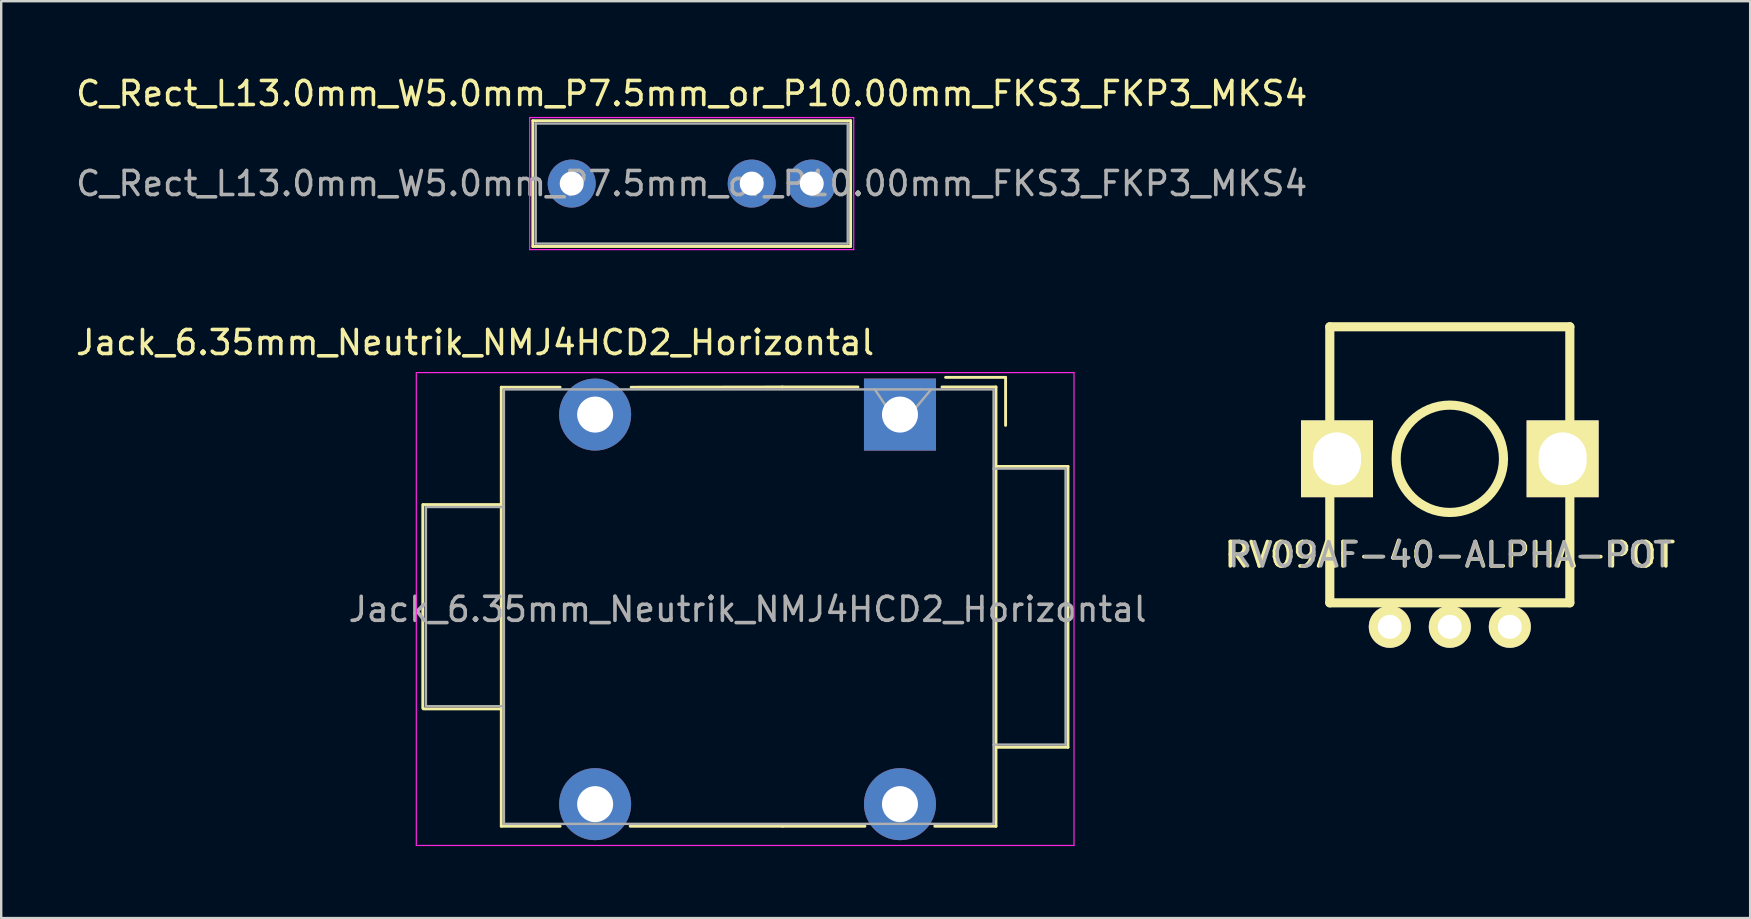
<source format=kicad_pcb>
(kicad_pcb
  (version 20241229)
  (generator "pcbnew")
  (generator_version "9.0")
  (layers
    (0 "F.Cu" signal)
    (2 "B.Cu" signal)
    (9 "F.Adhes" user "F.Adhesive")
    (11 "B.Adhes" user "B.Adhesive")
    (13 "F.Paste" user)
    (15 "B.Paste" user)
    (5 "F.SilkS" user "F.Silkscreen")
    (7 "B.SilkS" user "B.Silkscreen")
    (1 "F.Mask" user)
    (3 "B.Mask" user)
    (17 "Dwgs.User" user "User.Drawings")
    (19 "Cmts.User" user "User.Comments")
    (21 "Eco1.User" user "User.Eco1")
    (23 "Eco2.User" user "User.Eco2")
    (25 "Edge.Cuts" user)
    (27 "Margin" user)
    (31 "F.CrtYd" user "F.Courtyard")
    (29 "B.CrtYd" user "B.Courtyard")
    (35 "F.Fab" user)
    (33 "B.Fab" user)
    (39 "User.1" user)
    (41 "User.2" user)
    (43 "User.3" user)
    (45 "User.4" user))
  (footprint "RV09AF-40-ALPHA-POT"
    (layer "F.Cu")
    (at 57.351 16.064)
    (property "Reference" "RV09AF-40-ALPHA-POT" (at 0 4 0) (layer "F.SilkS") (effects (font (size 1.016 1.016) (thickness 0.152))))
    (attr through_hole)
    (fp_line (start -5 -5.5) (end 5 -5.5) (stroke (width 0.381) (type solid)) (layer "F.SilkS"))
    (fp_line (start -5 0) (end -5 -5.5) (stroke (width 0.381) (type solid)) (layer "F.SilkS"))
    (fp_line (start -5 6) (end -5 0) (stroke (width 0.381) (type solid)) (layer "F.SilkS"))
    (fp_line (start 5 -5.5) (end 5 6) (stroke (width 0.381) (type solid)) (layer "F.SilkS"))
    (fp_line (start 5 6) (end -5 6) (stroke (width 0.381) (type solid)) (layer "F.SilkS"))
    (fp_circle (center 0 0) (end 1 2) (stroke (width 0.381) (type solid)) (fill no) (layer "F.SilkS"))
    (fp_text user "${REFERENCE}" (at 0 4 0) (layer "F.Fab") (effects (font (size 1 1) (thickness 0.15))))
    (pad "" thru_hole rect (at -4.7 0) (size 3 3.2) (drill oval 2 2.2) (layers "*.Cu" "*.Mask" "F.SilkS"))
    (pad "" thru_hole rect (at 4.7 0) (size 3 3.2) (drill oval 2 2.2) (layers "*.Cu" "*.Mask" "F.SilkS"))
    (pad "1" thru_hole circle (at -2.5 7) (size 1.75 1.75) (drill 1) (layers "*.Cu" "*.Mask" "F.SilkS"))
    (pad "2" thru_hole circle (at 0 7) (size 1.75 1.75) (drill 1) (layers "*.Cu" "*.Mask" "F.SilkS"))
    (pad "3" thru_hole circle (at 2.5 7) (size 1.75 1.75) (drill 1) (layers "*.Cu" "*.Mask" "F.SilkS")))
  (footprint "Jack_6.35mm_Neutrik_NMJ4HCD2_Horizontal"
    (layer "F.Cu")
    (at 21.744 14.222)
    (property "Reference" "Jack_6.35mm_Neutrik_NMJ4HCD2_Horizontal" (at -5 -3 0) (layer "F.SilkS") (effects (font (size 1 1) (thickness 0.15))))
    (attr through_hole)
    (fp_line (start -7.18 3.75) (end -7.18 12.23) (stroke (width 0.12) (type solid)) (layer "F.SilkS"))
    (fp_line (start -3.94 3.75) (end -7.16 3.75) (stroke (width 0.12) (type solid)) (layer "F.SilkS"))
    (fp_line (start -3.94 12.26) (end -7.16 12.26) (stroke (width 0.12) (type solid)) (layer "F.SilkS"))
    (fp_line (start -3.91 -1.14) (end -3.91 17.15) (stroke (width 0.12) (type solid)) (layer "F.SilkS"))
    (fp_line (start -3.91 -1.14) (end -1.46 -1.14) (stroke (width 0.12) (type solid)) (layer "F.SilkS"))
    (fp_line (start -3.91 17.15) (end -1.46 17.15) (stroke (width 0.12) (type solid)) (layer "F.SilkS"))
    (fp_line (start 1.5 -1.14) (end 7.8 -1.15) (stroke (width 0.12) (type solid)) (layer "F.SilkS"))
    (fp_line (start 7.8 -1.15) (end 10.95 -1.15) (stroke (width 0.12) (type solid)) (layer "F.SilkS"))
    (fp_line (start 7.81 17.15) (end 1.46 17.15) (stroke (width 0.12) (type solid)) (layer "F.SilkS"))
    (fp_line (start 11.24 17.15) (end 7.81 17.15) (stroke (width 0.12) (type solid)) (layer "F.SilkS"))
    (fp_line (start 14.45 -1.15) (end 16.7 -1.15) (stroke (width 0.12) (type solid)) (layer "F.SilkS"))
    (fp_line (start 16.7 -1.15) (end 16.7 17.15) (stroke (width 0.12) (type solid)) (layer "F.SilkS"))
    (fp_line (start 16.7 17.15) (end 14.15 17.15) (stroke (width 0.12) (type solid)) (layer "F.SilkS"))
    (fp_line (start 17.1 -1.55) (end 14.6 -1.55) (stroke (width 0.12) (type solid)) (layer "F.SilkS"))
    (fp_line (start 17.1 0.45) (end 17.1 -1.55) (stroke (width 0.12) (type solid)) (layer "F.SilkS"))
    (fp_line (start 19.7 2.16) (end 16.7 2.16) (stroke (width 0.12) (type solid)) (layer "F.SilkS"))
    (fp_line (start 19.7 2.16) (end 19.7 13.86) (stroke (width 0.12) (type solid)) (layer "F.SilkS"))
    (fp_line (start 19.7 13.86) (end 16.7 13.86) (stroke (width 0.12) (type solid)) (layer "F.SilkS"))
    (fp_line (start -7.45 -1.75) (end -7.45 17.95) (stroke (width 0.05) (type solid)) (layer "F.CrtYd"))
    (fp_line (start -7.45 17.95) (end 19.95 17.95) (stroke (width 0.05) (type solid)) (layer "F.CrtYd"))
    (fp_line (start 19.95 -1.75) (end -7.45 -1.75) (stroke (width 0.05) (type solid)) (layer "F.CrtYd"))
    (fp_line (start 19.95 -1.75) (end 19.95 17.95) (stroke (width 0.05) (type solid)) (layer "F.CrtYd"))
    (fp_line (start -7.05 3.85) (end -7.05 12.15) (stroke (width 0.1) (type solid)) (layer "F.Fab"))
    (fp_line (start -7.05 12.15) (end -3.8 12.15) (stroke (width 0.1) (type solid)) (layer "F.Fab"))
    (fp_line (start -3.8 -1.05) (end 16.6 -1.05) (stroke (width 0.1) (type solid)) (layer "F.Fab"))
    (fp_line (start -3.8 3.85) (end -7.05 3.85) (stroke (width 0.1) (type solid)) (layer "F.Fab"))
    (fp_line (start -3.8 17.05) (end -3.8 -1.05) (stroke (width 0.1) (type solid)) (layer "F.Fab"))
    (fp_line (start 12.7 0.5) (end 11.65 -1.05) (stroke (width 0.1) (type solid)) (layer "F.Fab"))
    (fp_line (start 14 -1.05) (end 12.7 0.5) (stroke (width 0.1) (type solid)) (layer "F.Fab"))
    (fp_line (start 16.6 -1.05) (end 16.6 17.05) (stroke (width 0.1) (type solid)) (layer "F.Fab"))
    (fp_line (start 16.6 2.25) (end 19.6 2.25) (stroke (width 0.1) (type solid)) (layer "F.Fab"))
    (fp_line (start 16.6 17.05) (end -3.8 17.05) (stroke (width 0.1) (type solid)) (layer "F.Fab"))
    (fp_line (start 19.6 2.25) (end 19.6 13.75) (stroke (width 0.1) (type solid)) (layer "F.Fab"))
    (fp_line (start 19.6 13.75) (end 16.6 13.75) (stroke (width 0.1) (type solid)) (layer "F.Fab"))
    (fp_text user "${REFERENCE}" (at 6.35 8.115 0) (layer "F.Fab") (effects (font (size 1 1) (thickness 0.15))))
    (pad "S" thru_hole rect (at 12.7 0) (size 3 3) (drill 1.5) (layers "*.Cu" "*.Mask"))
    (pad "SN" thru_hole circle (at 12.7 16.23) (size 3 3) (drill 1.5) (layers "*.Cu" "*.Mask"))
    (pad "T" thru_hole circle (at 0 0) (size 3 3) (drill 1.5) (layers "*.Cu" "*.Mask"))
    (pad "TN" thru_hole circle (at 0 16.23) (size 3 3) (drill 1.5) (layers "*.Cu" "*.Mask")))
  (footprint "C_Rect_L13.0mm_W5.0mm_P7.5mm_or_P10.00mm_FKS3_FKP3_MKS4"
    (layer "F.Cu")
    (at 20.768 4.598)
    (property "Reference" "C_Rect_L13.0mm_W5.0mm_P7.5mm_or_P10.00mm_FKS3_FKP3_MKS4" (at 5 -3.75 0) (layer "F.SilkS") (effects (font (size 1 1) (thickness 0.15))))
    (attr through_hole)
    (fp_line (start -1.62 -2.62) (end -1.62 2.62) (stroke (width 0.12) (type solid)) (layer "F.SilkS"))
    (fp_line (start -1.62 -2.62) (end 11.62 -2.62) (stroke (width 0.12) (type solid)) (layer "F.SilkS"))
    (fp_line (start -1.62 2.62) (end 11.62 2.62) (stroke (width 0.12) (type solid)) (layer "F.SilkS"))
    (fp_line (start 11.62 -2.62) (end 11.62 2.62) (stroke (width 0.12) (type solid)) (layer "F.SilkS"))
    (fp_line (start -1.75 -2.75) (end -1.75 2.75) (stroke (width 0.05) (type solid)) (layer "F.CrtYd"))
    (fp_line (start -1.75 2.75) (end 11.75 2.75) (stroke (width 0.05) (type solid)) (layer "F.CrtYd"))
    (fp_line (start 11.75 -2.75) (end -1.75 -2.75) (stroke (width 0.05) (type solid)) (layer "F.CrtYd"))
    (fp_line (start 11.75 2.75) (end 11.75 -2.75) (stroke (width 0.05) (type solid)) (layer "F.CrtYd"))
    (fp_line (start -1.5 -2.5) (end -1.5 2.5) (stroke (width 0.1) (type solid)) (layer "F.Fab"))
    (fp_line (start -1.5 2.5) (end 11.5 2.5) (stroke (width 0.1) (type solid)) (layer "F.Fab"))
    (fp_line (start 11.5 -2.5) (end -1.5 -2.5) (stroke (width 0.1) (type solid)) (layer "F.Fab"))
    (fp_line (start 11.5 2.5) (end 11.5 -2.5) (stroke (width 0.1) (type solid)) (layer "F.Fab"))
    (fp_text user "${REFERENCE}" (at 5 0 0) (layer "F.Fab") (effects (font (size 1 1) (thickness 0.15))))
    (pad "1" thru_hole circle (at 0 0) (size 2 2) (drill 1) (layers "*.Cu" "*.Mask"))
    (pad "2" thru_hole circle (at 7.5 0) (size 2 2) (drill 1) (layers "*.Cu" "*.Mask"))
    (pad "2" thru_hole circle (at 10 0) (size 2 2) (drill 1) (layers "*.Cu" "*.Mask")))
  (gr_rect
    (start -3 -3)
    (end 69.864 35.197)
    (stroke (width 0.1) (type default))
    (fill no)
    (layer "Edge.Cuts")))
</source>
